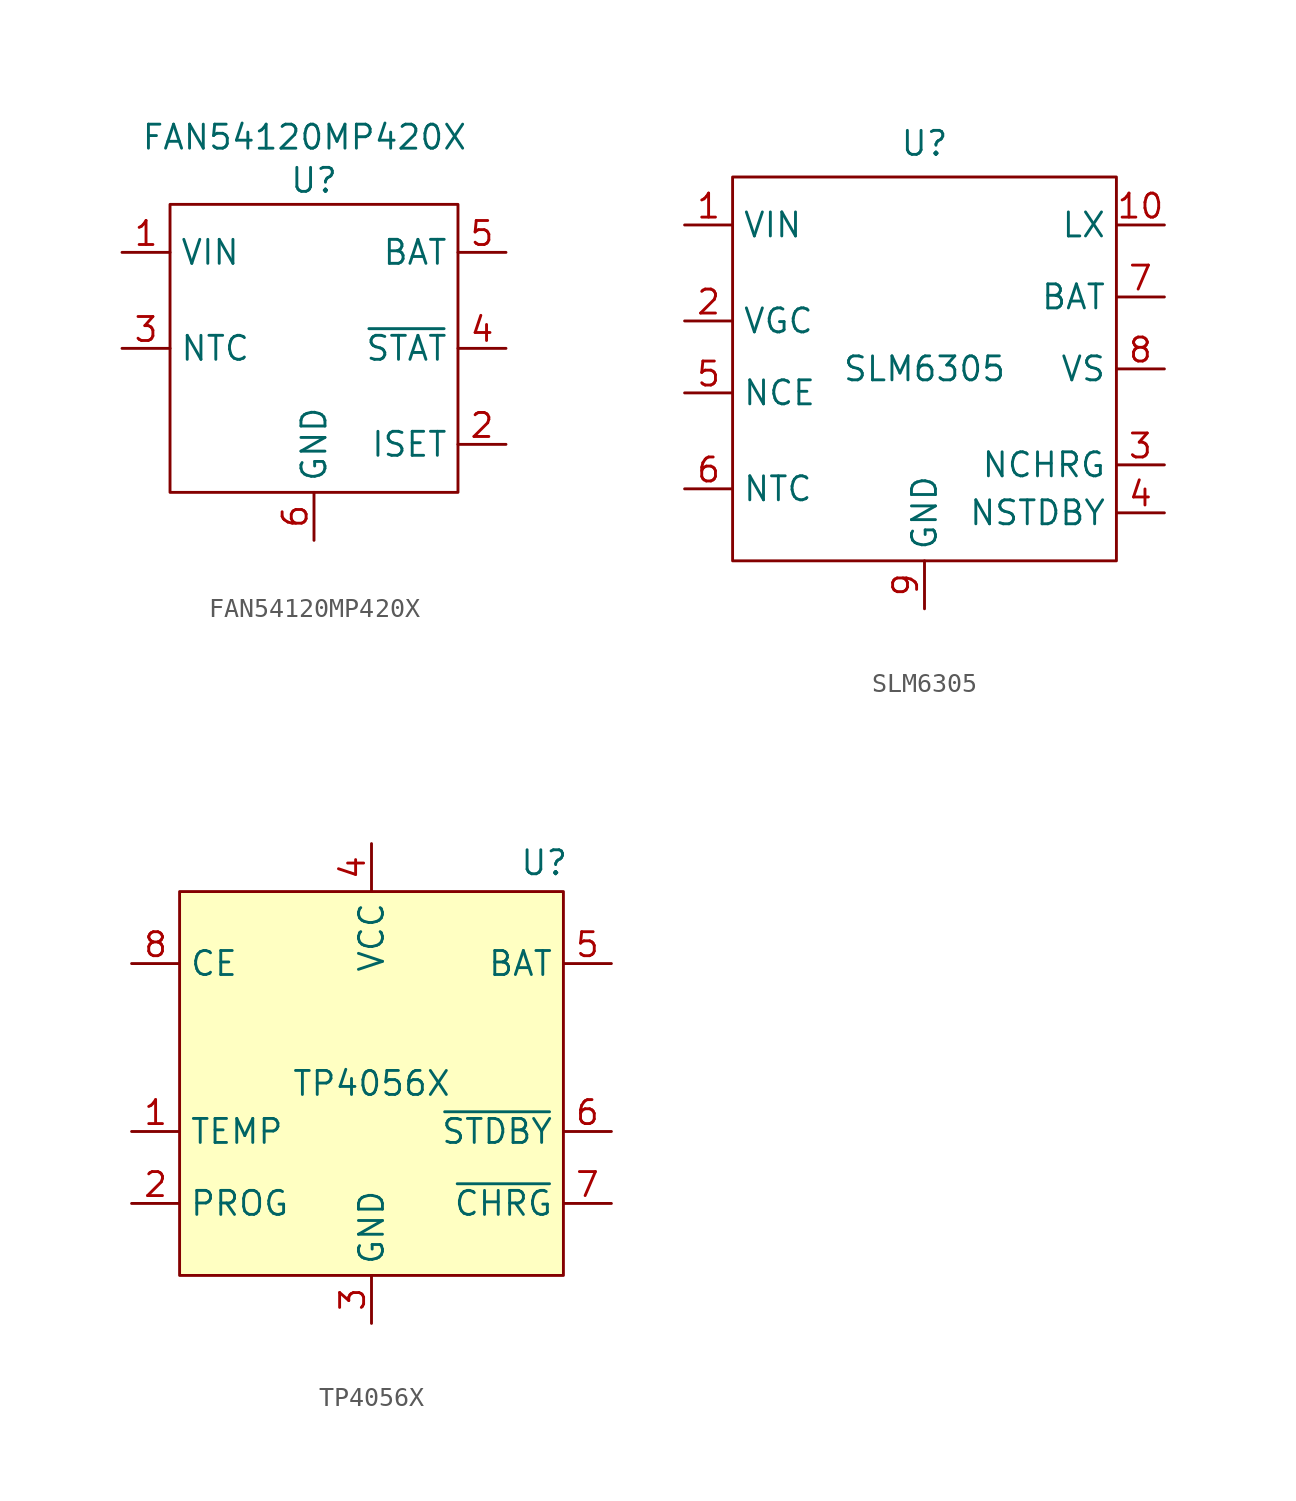
<source format=kicad_sym>
(kicad_symbol_lib
  (version 20231120)
  (generator "kicad_symbol_editor")
  (generator_version "8.0")
  (symbol "FAN54120MP420X"
    (property "Reference" "U"
      (at 0 8.89 0)
      (effects (font (size 1.27 1.27))))
    (property "Value" " FAN54120MP420X"
      (at -0.508 11.176 0)
      (effects (font (size 1.27 1.27))))
    (symbol "FAN54120MP420X_0_1"
      (rectangle (start -7.62 7.62) (end 7.62 -7.62) (stroke (width 0) (type default)) (fill (type none))))
    (symbol "FAN54120MP420X_1_1"
      (pin power_in line (at -10.16 5.08 0) (length 2.54) (name "VIN" (effects (font (size 1.27 1.27)))) (number "1" (effects (font (size 1.27 1.27)))))
      (pin input line (at 10.16 -5.08 180) (length 2.54) (name "ISET" (effects (font (size 1.27 1.27)))) (number "2" (effects (font (size 1.27 1.27)))))
      (pin input line (at -10.16 0 0) (length 2.54) (name "NTC" (effects (font (size 1.27 1.27)))) (number "3" (effects (font (size 1.27 1.27)))))
      (pin bidirectional line (at 10.16 0 180) (length 2.54) (name "~{STAT}" (effects (font (size 1.27 1.27)))) (number "4" (effects (font (size 1.27 1.27)))))
      (pin power_out line (at 10.16 5.08 180) (length 2.54) (name "BAT" (effects (font (size 1.27 1.27)))) (number "5" (effects (font (size 1.27 1.27)))))
      (pin power_in line (at 0 -10.16 90) (length 2.54) (name "GND" (effects (font (size 1.27 1.27)))) (number "6" (effects (font (size 1.27 1.27)))))
      (pin passive line (at 0 -10.16 90) (length 2.54) hide (name "GND" (effects (font (size 1.27 1.27)))) (number "7" (effects (font (size 1.27 1.27)))))))
  (symbol "SLM6305"
    (property "Reference" "U"
      (at 0 11.938 0)
      (effects (font (size 1.27 1.27))))
    (property "Value" "SLM6305"
      (at 0 0 0)
      (effects (font (size 1.27 1.27))))
    (symbol "SLM6305_0_1"
      (rectangle (start -10.16 10.16) (end 10.16 -10.16) (stroke (width 0) (type default)) (fill (type none))))
    (symbol "SLM6305_1_1"
      (pin power_in line (at -12.7 7.62 0) (length 2.54) (name "VIN" (effects (font (size 1.27 1.27)))) (number "1" (effects (font (size 1.27 1.27)))))
      (pin passive line (at 0 -12.7 90) (length 2.54) hide (name "GND" (effects (font (size 1.27 1.27)))) (number "10" (effects (font (size 1.27 1.27)))))
      (pin bidirectional line (at 12.7 7.62 180) (length 2.54) (name "LX" (effects (font (size 1.27 1.27)))) (number "10" (effects (font (size 1.27 1.27)))))
      (pin power_in line (at -12.7 2.54 0) (length 2.54) (name "VGC" (effects (font (size 1.27 1.27)))) (number "2" (effects (font (size 1.27 1.27)))))
      (pin output line (at 12.7 -5.08 180) (length 2.54) (name "NCHRG" (effects (font (size 1.27 1.27)))) (number "3" (effects (font (size 1.27 1.27)))))
      (pin output line (at 12.7 -7.62 180) (length 2.54) (name "NSTDBY" (effects (font (size 1.27 1.27)))) (number "4" (effects (font (size 1.27 1.27)))))
      (pin input line (at -12.7 -1.27 0) (length 2.54) (name "NCE" (effects (font (size 1.27 1.27)))) (number "5" (effects (font (size 1.27 1.27)))))
      (pin input line (at -12.7 -6.35 0) (length 2.54) (name "NTC" (effects (font (size 1.27 1.27)))) (number "6" (effects (font (size 1.27 1.27)))))
      (pin bidirectional line (at 12.7 3.81 180) (length 2.54) (name "BAT" (effects (font (size 1.27 1.27)))) (number "7" (effects (font (size 1.27 1.27)))))
      (pin bidirectional line (at 12.7 0 180) (length 2.54) (name "VS" (effects (font (size 1.27 1.27)))) (number "8" (effects (font (size 1.27 1.27)))))
      (pin power_in line (at 0 -12.7 90) (length 2.54) (name "GND" (effects (font (size 1.27 1.27)))) (number "9" (effects (font (size 1.27 1.27)))))))
  (symbol "TP4056X"
    (property "Reference" "U"
      (at 9.144 11.684 0)
      (effects (font (size 1.27 1.27))))
    (property "Value" "TP4056X"
      (at 0 0 0)
      (effects (font (size 1.27 1.27))))
    (symbol "TP4056X_1_1"
      (rectangle (start -10.16 10.16) (end 10.16 -10.16) (stroke (width 0) (type default)) (fill (type background)))
      (pin input line (at -12.7 -2.54 0) (length 2.54) (name "TEMP" (effects (font (size 1.27 1.27)))) (number "1" (effects (font (size 1.27 1.27)))))
      (pin input line (at -12.7 -6.35 0) (length 2.54) (name "PROG" (effects (font (size 1.27 1.27)))) (number "2" (effects (font (size 1.27 1.27)))))
      (pin power_in line (at 0 -12.7 90) (length 2.54) (name "GND" (effects (font (size 1.27 1.27)))) (number "3" (effects (font (size 1.27 1.27)))))
      (pin power_in line (at 0 12.7 270) (length 2.54) (name "VCC" (effects (font (size 1.27 1.27)))) (number "4" (effects (font (size 1.27 1.27)))))
      (pin power_out line (at 12.7 6.35 180) (length 2.54) (name "BAT" (effects (font (size 1.27 1.27)))) (number "5" (effects (font (size 1.27 1.27)))))
      (pin output line (at 12.7 -2.54 180) (length 2.54) (name "~{STDBY}" (effects (font (size 1.27 1.27)))) (number "6" (effects (font (size 1.27 1.27)))))
      (pin output line (at 12.7 -6.35 180) (length 2.54) (name "~{CHRG}" (effects (font (size 1.27 1.27)))) (number "7" (effects (font (size 1.27 1.27)))))
      (pin input line (at -12.7 6.35 0) (length 2.54) (name "CE" (effects (font (size 1.27 1.27)))) (number "8" (effects (font (size 1.27 1.27)))))
      (pin passive line (at 0 -12.7 90) (length 2.54) hide (name "GND" (effects (font (size 1.27 1.27)))) (number "9" (effects (font (size 1.27 1.27))))))))
</source>
